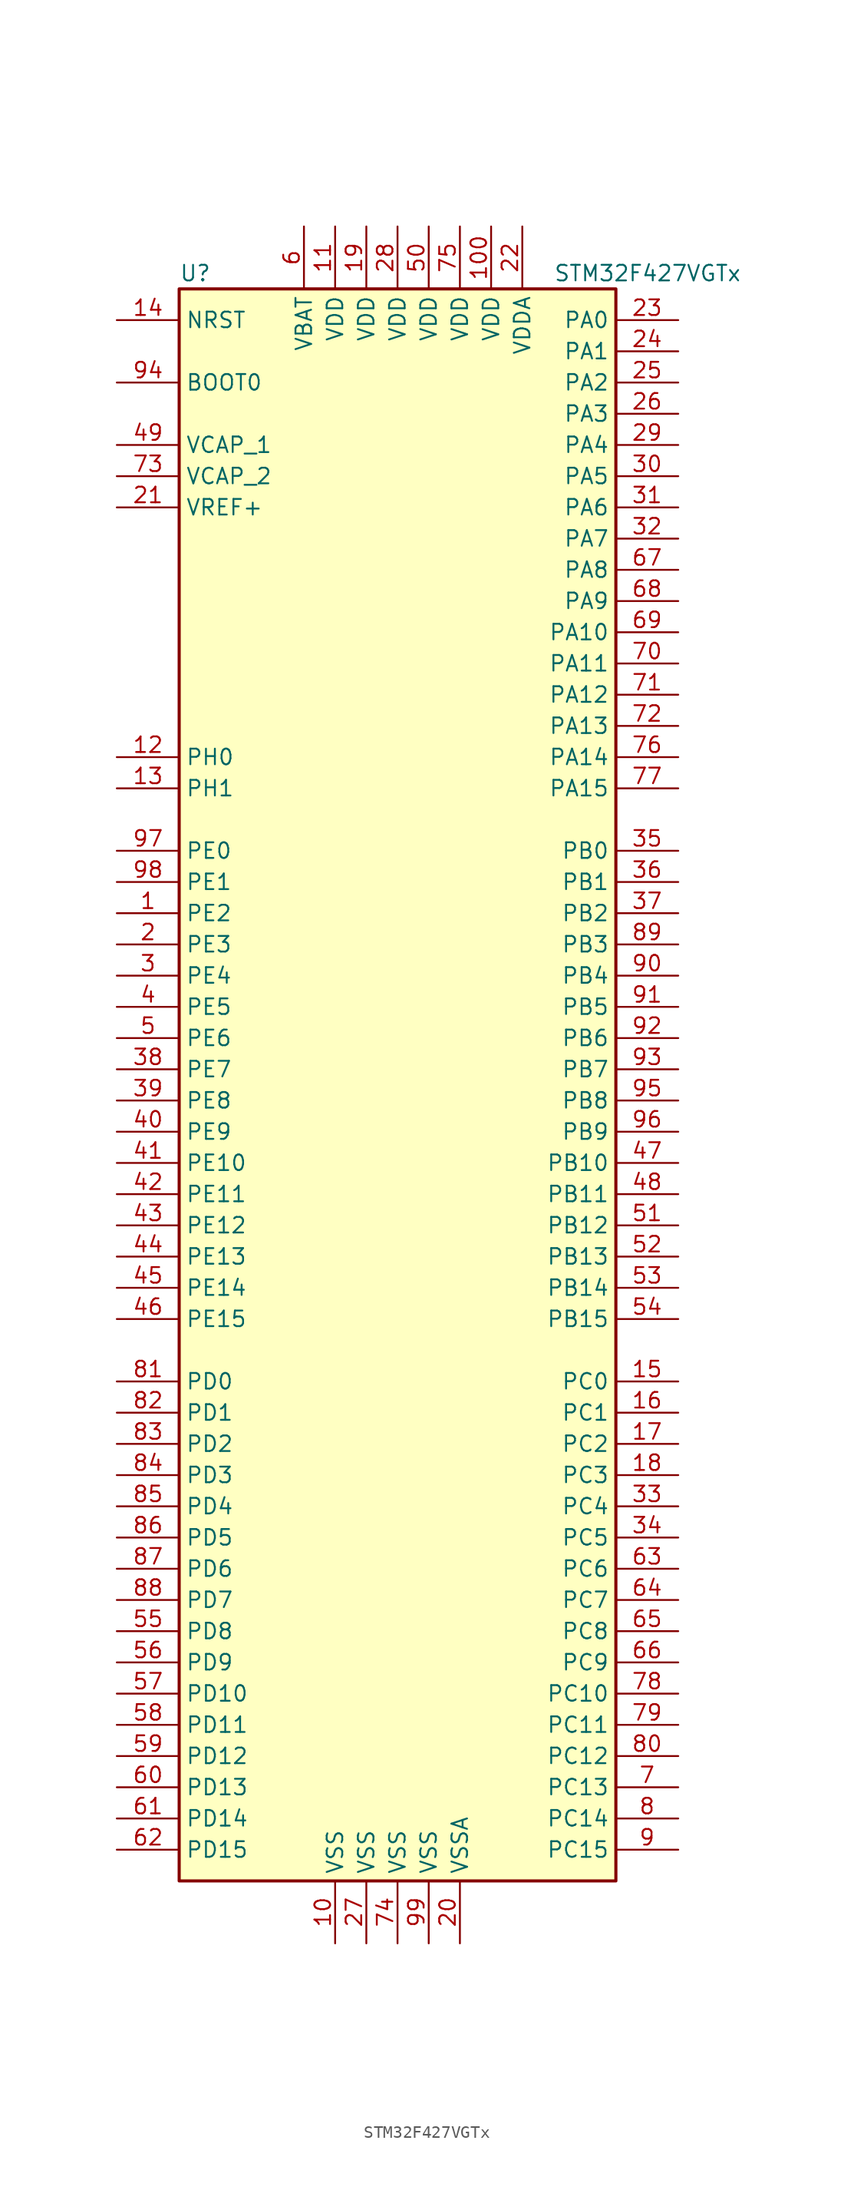
<source format=kicad_sym>
(kicad_symbol_lib
  (version 20201005)
  (generator kicad_symbol_editor)
  (symbol "STM32F427VGTx"
    (property "Reference" "U"
      (at -17.78 64.77 0)
      (effects (font (size 1.27 1.27)) (justify left)))
    (property "Value" "STM32F427VGTx"
      (at 12.7 64.77 0)
      (effects (font (size 1.27 1.27)) (justify left)))
    (symbol "STM32F427VGTx_0_1"
      (rectangle (start -17.78 -66.04) (end 17.78 63.5) (stroke (width 0.254)) (fill (type background))))
    (symbol "STM32F427VGTx_1_1"
      (pin bidirectional line (at -22.86 12.7 0) (length 5.08) (name "PE2" (effects (font (size 1.27 1.27)))) (number "1" (effects (font (size 1.27 1.27)))))
      (pin power_in line (at -5.08 -71.12 90) (length 5.08) (name "VSS" (effects (font (size 1.27 1.27)))) (number "10" (effects (font (size 1.27 1.27)))))
      (pin power_in line (at 7.62 68.58 270) (length 5.08) (name "VDD" (effects (font (size 1.27 1.27)))) (number "100" (effects (font (size 1.27 1.27)))))
      (pin power_in line (at -5.08 68.58 270) (length 5.08) (name "VDD" (effects (font (size 1.27 1.27)))) (number "11" (effects (font (size 1.27 1.27)))))
      (pin input line (at -22.86 25.4 0) (length 5.08) (name "PH0" (effects (font (size 1.27 1.27)))) (number "12" (effects (font (size 1.27 1.27)))))
      (pin input line (at -22.86 22.86 0) (length 5.08) (name "PH1" (effects (font (size 1.27 1.27)))) (number "13" (effects (font (size 1.27 1.27)))))
      (pin input line (at -22.86 60.96 0) (length 5.08) (name "NRST" (effects (font (size 1.27 1.27)))) (number "14" (effects (font (size 1.27 1.27)))))
      (pin bidirectional line (at 22.86 -25.4 180) (length 5.08) (name "PC0" (effects (font (size 1.27 1.27)))) (number "15" (effects (font (size 1.27 1.27)))))
      (pin bidirectional line (at 22.86 -27.94 180) (length 5.08) (name "PC1" (effects (font (size 1.27 1.27)))) (number "16" (effects (font (size 1.27 1.27)))))
      (pin bidirectional line (at 22.86 -30.48 180) (length 5.08) (name "PC2" (effects (font (size 1.27 1.27)))) (number "17" (effects (font (size 1.27 1.27)))))
      (pin bidirectional line (at 22.86 -33.02 180) (length 5.08) (name "PC3" (effects (font (size 1.27 1.27)))) (number "18" (effects (font (size 1.27 1.27)))))
      (pin power_in line (at -2.54 68.58 270) (length 5.08) (name "VDD" (effects (font (size 1.27 1.27)))) (number "19" (effects (font (size 1.27 1.27)))))
      (pin bidirectional line (at -22.86 10.16 0) (length 5.08) (name "PE3" (effects (font (size 1.27 1.27)))) (number "2" (effects (font (size 1.27 1.27)))))
      (pin power_in line (at 5.08 -71.12 90) (length 5.08) (name "VSSA" (effects (font (size 1.27 1.27)))) (number "20" (effects (font (size 1.27 1.27)))))
      (pin power_in line (at -22.86 45.72 0) (length 5.08) (name "VREF+" (effects (font (size 1.27 1.27)))) (number "21" (effects (font (size 1.27 1.27)))))
      (pin power_in line (at 10.16 68.58 270) (length 5.08) (name "VDDA" (effects (font (size 1.27 1.27)))) (number "22" (effects (font (size 1.27 1.27)))))
      (pin bidirectional line (at 22.86 60.96 180) (length 5.08) (name "PA0" (effects (font (size 1.27 1.27)))) (number "23" (effects (font (size 1.27 1.27)))))
      (pin bidirectional line (at 22.86 58.42 180) (length 5.08) (name "PA1" (effects (font (size 1.27 1.27)))) (number "24" (effects (font (size 1.27 1.27)))))
      (pin bidirectional line (at 22.86 55.88 180) (length 5.08) (name "PA2" (effects (font (size 1.27 1.27)))) (number "25" (effects (font (size 1.27 1.27)))))
      (pin bidirectional line (at 22.86 53.34 180) (length 5.08) (name "PA3" (effects (font (size 1.27 1.27)))) (number "26" (effects (font (size 1.27 1.27)))))
      (pin power_in line (at -2.54 -71.12 90) (length 5.08) (name "VSS" (effects (font (size 1.27 1.27)))) (number "27" (effects (font (size 1.27 1.27)))))
      (pin power_in line (at 0 68.58 270) (length 5.08) (name "VDD" (effects (font (size 1.27 1.27)))) (number "28" (effects (font (size 1.27 1.27)))))
      (pin bidirectional line (at 22.86 50.8 180) (length 5.08) (name "PA4" (effects (font (size 1.27 1.27)))) (number "29" (effects (font (size 1.27 1.27)))))
      (pin bidirectional line (at -22.86 7.62 0) (length 5.08) (name "PE4" (effects (font (size 1.27 1.27)))) (number "3" (effects (font (size 1.27 1.27)))))
      (pin bidirectional line (at 22.86 48.26 180) (length 5.08) (name "PA5" (effects (font (size 1.27 1.27)))) (number "30" (effects (font (size 1.27 1.27)))))
      (pin bidirectional line (at 22.86 45.72 180) (length 5.08) (name "PA6" (effects (font (size 1.27 1.27)))) (number "31" (effects (font (size 1.27 1.27)))))
      (pin bidirectional line (at 22.86 43.18 180) (length 5.08) (name "PA7" (effects (font (size 1.27 1.27)))) (number "32" (effects (font (size 1.27 1.27)))))
      (pin bidirectional line (at 22.86 -35.56 180) (length 5.08) (name "PC4" (effects (font (size 1.27 1.27)))) (number "33" (effects (font (size 1.27 1.27)))))
      (pin bidirectional line (at 22.86 -38.1 180) (length 5.08) (name "PC5" (effects (font (size 1.27 1.27)))) (number "34" (effects (font (size 1.27 1.27)))))
      (pin bidirectional line (at 22.86 17.78 180) (length 5.08) (name "PB0" (effects (font (size 1.27 1.27)))) (number "35" (effects (font (size 1.27 1.27)))))
      (pin bidirectional line (at 22.86 15.24 180) (length 5.08) (name "PB1" (effects (font (size 1.27 1.27)))) (number "36" (effects (font (size 1.27 1.27)))))
      (pin bidirectional line (at 22.86 12.7 180) (length 5.08) (name "PB2" (effects (font (size 1.27 1.27)))) (number "37" (effects (font (size 1.27 1.27)))))
      (pin bidirectional line (at -22.86 0 0) (length 5.08) (name "PE7" (effects (font (size 1.27 1.27)))) (number "38" (effects (font (size 1.27 1.27)))))
      (pin bidirectional line (at -22.86 -2.54 0) (length 5.08) (name "PE8" (effects (font (size 1.27 1.27)))) (number "39" (effects (font (size 1.27 1.27)))))
      (pin bidirectional line (at -22.86 5.08 0) (length 5.08) (name "PE5" (effects (font (size 1.27 1.27)))) (number "4" (effects (font (size 1.27 1.27)))))
      (pin bidirectional line (at -22.86 -5.08 0) (length 5.08) (name "PE9" (effects (font (size 1.27 1.27)))) (number "40" (effects (font (size 1.27 1.27)))))
      (pin bidirectional line (at -22.86 -7.62 0) (length 5.08) (name "PE10" (effects (font (size 1.27 1.27)))) (number "41" (effects (font (size 1.27 1.27)))))
      (pin bidirectional line (at -22.86 -10.16 0) (length 5.08) (name "PE11" (effects (font (size 1.27 1.27)))) (number "42" (effects (font (size 1.27 1.27)))))
      (pin bidirectional line (at -22.86 -12.7 0) (length 5.08) (name "PE12" (effects (font (size 1.27 1.27)))) (number "43" (effects (font (size 1.27 1.27)))))
      (pin bidirectional line (at -22.86 -15.24 0) (length 5.08) (name "PE13" (effects (font (size 1.27 1.27)))) (number "44" (effects (font (size 1.27 1.27)))))
      (pin bidirectional line (at -22.86 -17.78 0) (length 5.08) (name "PE14" (effects (font (size 1.27 1.27)))) (number "45" (effects (font (size 1.27 1.27)))))
      (pin bidirectional line (at -22.86 -20.32 0) (length 5.08) (name "PE15" (effects (font (size 1.27 1.27)))) (number "46" (effects (font (size 1.27 1.27)))))
      (pin bidirectional line (at 22.86 -7.62 180) (length 5.08) (name "PB10" (effects (font (size 1.27 1.27)))) (number "47" (effects (font (size 1.27 1.27)))))
      (pin bidirectional line (at 22.86 -10.16 180) (length 5.08) (name "PB11" (effects (font (size 1.27 1.27)))) (number "48" (effects (font (size 1.27 1.27)))))
      (pin power_in line (at -22.86 50.8 0) (length 5.08) (name "VCAP_1" (effects (font (size 1.27 1.27)))) (number "49" (effects (font (size 1.27 1.27)))))
      (pin bidirectional line (at -22.86 2.54 0) (length 5.08) (name "PE6" (effects (font (size 1.27 1.27)))) (number "5" (effects (font (size 1.27 1.27)))))
      (pin power_in line (at 2.54 68.58 270) (length 5.08) (name "VDD" (effects (font (size 1.27 1.27)))) (number "50" (effects (font (size 1.27 1.27)))))
      (pin bidirectional line (at 22.86 -12.7 180) (length 5.08) (name "PB12" (effects (font (size 1.27 1.27)))) (number "51" (effects (font (size 1.27 1.27)))))
      (pin bidirectional line (at 22.86 -15.24 180) (length 5.08) (name "PB13" (effects (font (size 1.27 1.27)))) (number "52" (effects (font (size 1.27 1.27)))))
      (pin bidirectional line (at 22.86 -17.78 180) (length 5.08) (name "PB14" (effects (font (size 1.27 1.27)))) (number "53" (effects (font (size 1.27 1.27)))))
      (pin bidirectional line (at 22.86 -20.32 180) (length 5.08) (name "PB15" (effects (font (size 1.27 1.27)))) (number "54" (effects (font (size 1.27 1.27)))))
      (pin bidirectional line (at -22.86 -45.72 0) (length 5.08) (name "PD8" (effects (font (size 1.27 1.27)))) (number "55" (effects (font (size 1.27 1.27)))))
      (pin bidirectional line (at -22.86 -48.26 0) (length 5.08) (name "PD9" (effects (font (size 1.27 1.27)))) (number "56" (effects (font (size 1.27 1.27)))))
      (pin bidirectional line (at -22.86 -50.8 0) (length 5.08) (name "PD10" (effects (font (size 1.27 1.27)))) (number "57" (effects (font (size 1.27 1.27)))))
      (pin bidirectional line (at -22.86 -53.34 0) (length 5.08) (name "PD11" (effects (font (size 1.27 1.27)))) (number "58" (effects (font (size 1.27 1.27)))))
      (pin bidirectional line (at -22.86 -55.88 0) (length 5.08) (name "PD12" (effects (font (size 1.27 1.27)))) (number "59" (effects (font (size 1.27 1.27)))))
      (pin power_in line (at -7.62 68.58 270) (length 5.08) (name "VBAT" (effects (font (size 1.27 1.27)))) (number "6" (effects (font (size 1.27 1.27)))))
      (pin bidirectional line (at -22.86 -58.42 0) (length 5.08) (name "PD13" (effects (font (size 1.27 1.27)))) (number "60" (effects (font (size 1.27 1.27)))))
      (pin bidirectional line (at -22.86 -60.96 0) (length 5.08) (name "PD14" (effects (font (size 1.27 1.27)))) (number "61" (effects (font (size 1.27 1.27)))))
      (pin bidirectional line (at -22.86 -63.5 0) (length 5.08) (name "PD15" (effects (font (size 1.27 1.27)))) (number "62" (effects (font (size 1.27 1.27)))))
      (pin bidirectional line (at 22.86 -40.64 180) (length 5.08) (name "PC6" (effects (font (size 1.27 1.27)))) (number "63" (effects (font (size 1.27 1.27)))))
      (pin bidirectional line (at 22.86 -43.18 180) (length 5.08) (name "PC7" (effects (font (size 1.27 1.27)))) (number "64" (effects (font (size 1.27 1.27)))))
      (pin bidirectional line (at 22.86 -45.72 180) (length 5.08) (name "PC8" (effects (font (size 1.27 1.27)))) (number "65" (effects (font (size 1.27 1.27)))))
      (pin bidirectional line (at 22.86 -48.26 180) (length 5.08) (name "PC9" (effects (font (size 1.27 1.27)))) (number "66" (effects (font (size 1.27 1.27)))))
      (pin bidirectional line (at 22.86 40.64 180) (length 5.08) (name "PA8" (effects (font (size 1.27 1.27)))) (number "67" (effects (font (size 1.27 1.27)))))
      (pin bidirectional line (at 22.86 38.1 180) (length 5.08) (name "PA9" (effects (font (size 1.27 1.27)))) (number "68" (effects (font (size 1.27 1.27)))))
      (pin bidirectional line (at 22.86 35.56 180) (length 5.08) (name "PA10" (effects (font (size 1.27 1.27)))) (number "69" (effects (font (size 1.27 1.27)))))
      (pin bidirectional line (at 22.86 -58.42 180) (length 5.08) (name "PC13" (effects (font (size 1.27 1.27)))) (number "7" (effects (font (size 1.27 1.27)))))
      (pin bidirectional line (at 22.86 33.02 180) (length 5.08) (name "PA11" (effects (font (size 1.27 1.27)))) (number "70" (effects (font (size 1.27 1.27)))))
      (pin bidirectional line (at 22.86 30.48 180) (length 5.08) (name "PA12" (effects (font (size 1.27 1.27)))) (number "71" (effects (font (size 1.27 1.27)))))
      (pin bidirectional line (at 22.86 27.94 180) (length 5.08) (name "PA13" (effects (font (size 1.27 1.27)))) (number "72" (effects (font (size 1.27 1.27)))))
      (pin power_in line (at -22.86 48.26 0) (length 5.08) (name "VCAP_2" (effects (font (size 1.27 1.27)))) (number "73" (effects (font (size 1.27 1.27)))))
      (pin power_in line (at 0 -71.12 90) (length 5.08) (name "VSS" (effects (font (size 1.27 1.27)))) (number "74" (effects (font (size 1.27 1.27)))))
      (pin power_in line (at 5.08 68.58 270) (length 5.08) (name "VDD" (effects (font (size 1.27 1.27)))) (number "75" (effects (font (size 1.27 1.27)))))
      (pin bidirectional line (at 22.86 25.4 180) (length 5.08) (name "PA14" (effects (font (size 1.27 1.27)))) (number "76" (effects (font (size 1.27 1.27)))))
      (pin bidirectional line (at 22.86 22.86 180) (length 5.08) (name "PA15" (effects (font (size 1.27 1.27)))) (number "77" (effects (font (size 1.27 1.27)))))
      (pin bidirectional line (at 22.86 -50.8 180) (length 5.08) (name "PC10" (effects (font (size 1.27 1.27)))) (number "78" (effects (font (size 1.27 1.27)))))
      (pin bidirectional line (at 22.86 -53.34 180) (length 5.08) (name "PC11" (effects (font (size 1.27 1.27)))) (number "79" (effects (font (size 1.27 1.27)))))
      (pin bidirectional line (at 22.86 -60.96 180) (length 5.08) (name "PC14" (effects (font (size 1.27 1.27)))) (number "8" (effects (font (size 1.27 1.27)))))
      (pin bidirectional line (at 22.86 -55.88 180) (length 5.08) (name "PC12" (effects (font (size 1.27 1.27)))) (number "80" (effects (font (size 1.27 1.27)))))
      (pin bidirectional line (at -22.86 -25.4 0) (length 5.08) (name "PD0" (effects (font (size 1.27 1.27)))) (number "81" (effects (font (size 1.27 1.27)))))
      (pin bidirectional line (at -22.86 -27.94 0) (length 5.08) (name "PD1" (effects (font (size 1.27 1.27)))) (number "82" (effects (font (size 1.27 1.27)))))
      (pin bidirectional line (at -22.86 -30.48 0) (length 5.08) (name "PD2" (effects (font (size 1.27 1.27)))) (number "83" (effects (font (size 1.27 1.27)))))
      (pin bidirectional line (at -22.86 -33.02 0) (length 5.08) (name "PD3" (effects (font (size 1.27 1.27)))) (number "84" (effects (font (size 1.27 1.27)))))
      (pin bidirectional line (at -22.86 -35.56 0) (length 5.08) (name "PD4" (effects (font (size 1.27 1.27)))) (number "85" (effects (font (size 1.27 1.27)))))
      (pin bidirectional line (at -22.86 -38.1 0) (length 5.08) (name "PD5" (effects (font (size 1.27 1.27)))) (number "86" (effects (font (size 1.27 1.27)))))
      (pin bidirectional line (at -22.86 -40.64 0) (length 5.08) (name "PD6" (effects (font (size 1.27 1.27)))) (number "87" (effects (font (size 1.27 1.27)))))
      (pin bidirectional line (at -22.86 -43.18 0) (length 5.08) (name "PD7" (effects (font (size 1.27 1.27)))) (number "88" (effects (font (size 1.27 1.27)))))
      (pin bidirectional line (at 22.86 10.16 180) (length 5.08) (name "PB3" (effects (font (size 1.27 1.27)))) (number "89" (effects (font (size 1.27 1.27)))))
      (pin bidirectional line (at 22.86 -63.5 180) (length 5.08) (name "PC15" (effects (font (size 1.27 1.27)))) (number "9" (effects (font (size 1.27 1.27)))))
      (pin bidirectional line (at 22.86 7.62 180) (length 5.08) (name "PB4" (effects (font (size 1.27 1.27)))) (number "90" (effects (font (size 1.27 1.27)))))
      (pin bidirectional line (at 22.86 5.08 180) (length 5.08) (name "PB5" (effects (font (size 1.27 1.27)))) (number "91" (effects (font (size 1.27 1.27)))))
      (pin bidirectional line (at 22.86 2.54 180) (length 5.08) (name "PB6" (effects (font (size 1.27 1.27)))) (number "92" (effects (font (size 1.27 1.27)))))
      (pin bidirectional line (at 22.86 0 180) (length 5.08) (name "PB7" (effects (font (size 1.27 1.27)))) (number "93" (effects (font (size 1.27 1.27)))))
      (pin input line (at -22.86 55.88 0) (length 5.08) (name "BOOT0" (effects (font (size 1.27 1.27)))) (number "94" (effects (font (size 1.27 1.27)))))
      (pin bidirectional line (at 22.86 -2.54 180) (length 5.08) (name "PB8" (effects (font (size 1.27 1.27)))) (number "95" (effects (font (size 1.27 1.27)))))
      (pin bidirectional line (at 22.86 -5.08 180) (length 5.08) (name "PB9" (effects (font (size 1.27 1.27)))) (number "96" (effects (font (size 1.27 1.27)))))
      (pin bidirectional line (at -22.86 17.78 0) (length 5.08) (name "PE0" (effects (font (size 1.27 1.27)))) (number "97" (effects (font (size 1.27 1.27)))))
      (pin bidirectional line (at -22.86 15.24 0) (length 5.08) (name "PE1" (effects (font (size 1.27 1.27)))) (number "98" (effects (font (size 1.27 1.27)))))
      (pin power_in line (at 2.54 -71.12 90) (length 5.08) (name "VSS" (effects (font (size 1.27 1.27)))) (number "99" (effects (font (size 1.27 1.27))))))))
</source>
